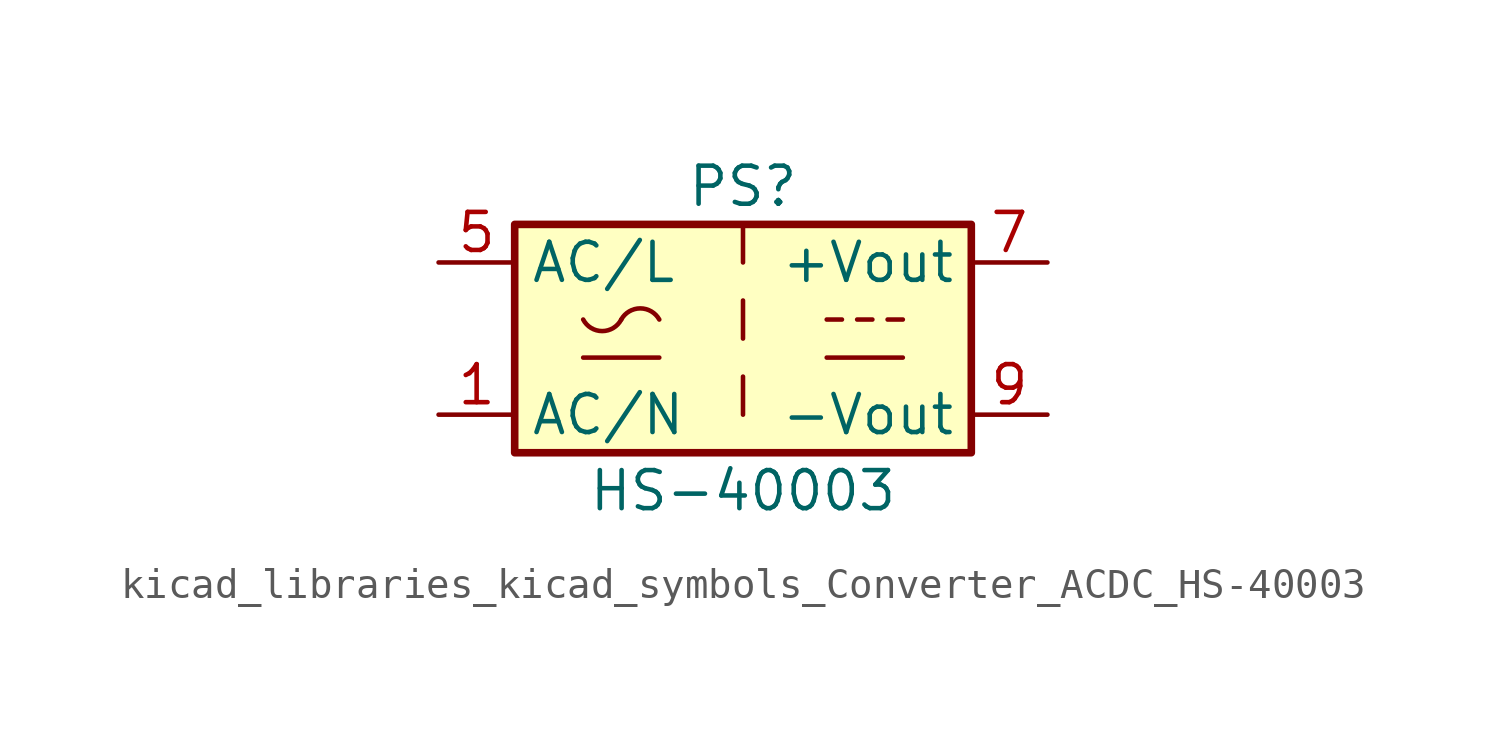
<source format=kicad_sym>
(kicad_symbol_lib
  (version 20220914)
  (generator kicad_symbol_editor)
  (symbol "kicad_libraries_kicad_symbols_Converter_ACDC_HS-40003"
    (property "Reference" "PS"
      (at 0 5.08 0)
      (effects (font (size 1.27 1.27))))
    (property "Value" "HS-40003"
      (at 0 -5.08 0)
      (effects (font (size 1.27 1.27))))
    (symbol "kicad_libraries_kicad_symbols_Converter_ACDC_HS-40003_0_1"
      (rectangle (start -7.62 3.81) (end 7.62 -3.81) (stroke (width 0.254) (type default)) (fill (type background)))
      (arc (start -5.334 0.635) (mid -4.699 0.2495) (end -4.064 0.635) (stroke (width 0) (type default)) (fill (type none)))
      (arc (start -2.794 0.635) (mid -3.429 1.0072) (end -4.064 0.635) (stroke (width 0) (type default)) (fill (type none)))
      (polyline (pts (xy -5.334 -0.635) (xy -2.794 -0.635)) (stroke (width 0) (type default)) (fill (type none)))
      (polyline (pts (xy 2.794 -0.635) (xy 5.334 -0.635)) (stroke (width 0) (type default)) (fill (type none)))
      (polyline (pts (xy 2.794 0.635) (xy 3.302 0.635)) (stroke (width 0) (type default)) (fill (type none)))
      (polyline (pts (xy 3.81 0.635) (xy 4.318 0.635)) (stroke (width 0) (type default)) (fill (type none)))
      (polyline (pts (xy 4.826 0.635) (xy 5.334 0.635)) (stroke (width 0) (type default)) (fill (type none))))
    (symbol "kicad_libraries_kicad_symbols_Converter_ACDC_HS-40003_1_1"
      (polyline (pts (xy 0 -1.27) (xy 0 -2.54)) (stroke (width 0) (type default)) (fill (type none)))
      (polyline (pts (xy 0 1.27) (xy 0 0)) (stroke (width 0) (type default)) (fill (type none)))
      (polyline (pts (xy 0 3.81) (xy 0 2.54)) (stroke (width 0) (type default)) (fill (type none)))
      (pin power_in line (at -10.16 -2.54 0) (length 2.54) (name "AC/N" (effects (font (size 1.27 1.27)))) (number "1" (effects (font (size 1.27 1.27)))))
      (pin power_in line (at -10.16 2.54 0) (length 2.54) (name "AC/L" (effects (font (size 1.27 1.27)))) (number "5" (effects (font (size 1.27 1.27)))))
      (pin power_out line (at 10.16 2.54 180) (length 2.54) (name "+Vout" (effects (font (size 1.27 1.27)))) (number "7" (effects (font (size 1.27 1.27)))))
      (pin power_out line (at 10.16 -2.54 180) (length 2.54) (name "-Vout" (effects (font (size 1.27 1.27)))) (number "9" (effects (font (size 1.27 1.27))))))))
</source>
